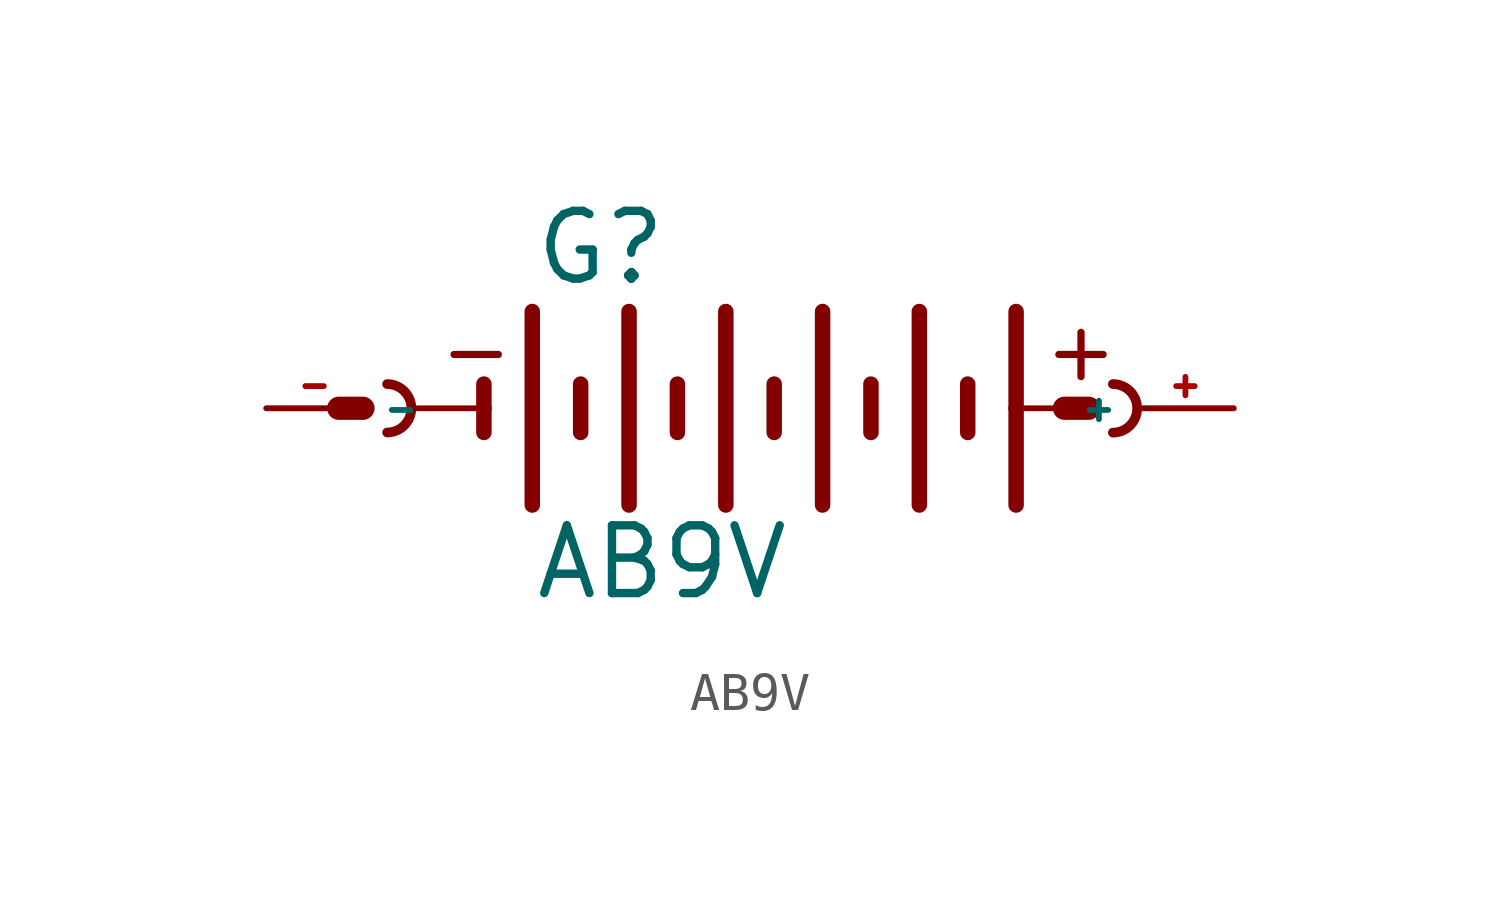
<source format=kicad_sym>
(kicad_symbol_lib
  (version 20220914)
  (generator Eagle2Kicad)
  (symbol "AB9V"
    (property "Reference" "G"
      (at -5.715 3.175 0)
      (effects (font (size 1.778 1.778) (thickness 0.22)) (justify left bottom)))
    (property "Value" "AB9V"
      (at -5.715 -5.08 0)
      (effects (font (size 1.778 1.778) (thickness 0.22)) (justify left bottom)))
    (polyline
      (pts (xy -6.985 0.635) (xy -6.985 0))
      (stroke (width 0.406) (type default))
      (fill (type none)))
    (polyline
      (pts (xy -8.89 0) (xy -6.985 0))
      (stroke (width 0.152) (type default))
      (fill (type none)))
    (polyline
      (pts (xy -6.985 0) (xy -6.985 -0.635))
      (stroke (width 0.406) (type default))
      (fill (type none)))
    (polyline
      (pts (xy -5.715 2.54) (xy -5.715 -2.54))
      (stroke (width 0.406) (type default))
      (fill (type none)))
    (polyline
      (pts (xy -4.445 0.635) (xy -4.445 -0.635))
      (stroke (width 0.406) (type default))
      (fill (type none)))
    (polyline
      (pts (xy 6.985 2.54) (xy 6.985 0))
      (stroke (width 0.406) (type default))
      (fill (type none)))
    (polyline
      (pts (xy 6.985 0) (xy 8.255 0))
      (stroke (width 0.152) (type default))
      (fill (type none)))
    (polyline
      (pts (xy 6.985 0) (xy 6.985 -2.54))
      (stroke (width 0.406) (type default))
      (fill (type none)))
    (polyline
      (pts (xy -3.175 2.54) (xy -3.175 -2.54))
      (stroke (width 0.406) (type default))
      (fill (type none)))
    (polyline
      (pts (xy -1.905 0.635) (xy -1.905 -0.635))
      (stroke (width 0.406) (type default))
      (fill (type none)))
    (polyline
      (pts (xy -0.635 2.54) (xy -0.635 -2.54))
      (stroke (width 0.406) (type default))
      (fill (type none)))
    (polyline
      (pts (xy 0.635 0.635) (xy 0.635 -0.635))
      (stroke (width 0.406) (type default))
      (fill (type none)))
    (polyline
      (pts (xy 1.905 2.54) (xy 1.905 -2.54))
      (stroke (width 0.406) (type default))
      (fill (type none)))
    (polyline
      (pts (xy 3.175 0.635) (xy 3.175 -0.635))
      (stroke (width 0.406) (type default))
      (fill (type none)))
    (polyline
      (pts (xy 4.445 2.54) (xy 4.445 -2.54))
      (stroke (width 0.406) (type default))
      (fill (type none)))
    (polyline
      (pts (xy 5.715 0.635) (xy 5.715 -0.635))
      (stroke (width 0.406) (type default))
      (fill (type none)))
    (arc
      (start 9.525 -0.635)
      (mid 10.160 0.000)
      (end 9.525 0.635)
      (stroke (width 0.254) (type default))
      (fill (type none)))
    (arc
      (start -9.525 -0.635)
      (mid -8.890 0.000)
      (end -9.525 0.635)
      (stroke (width 0.254) (type default))
      (fill (type none)))
    (polyline
      (pts (xy 8.255 0) (xy 8.89 0))
      (stroke (width 0.61) (type default))
      (fill (type none)))
    (polyline
      (pts (xy -10.16 0) (xy -10.795 0))
      (stroke (width 0.61) (type default))
      (fill (type none)))
    (text "+"
      (at 7.62 0.635 0)
      (effects (font (size 1.524 1.524) (thickness 0.19)) (justify left bottom)))
    (text "-"
      (at -8.255 0.635 0)
      (effects (font (size 1.524 1.524) (thickness 0.19)) (justify left bottom)))
    (pin passive line
      (at 12.7 0 180)
      (length 2.54)
      (name "+" (effects (font (size 0.635 0.635) (thickness 0.08)) (justify left bottom)))
      (number "+" (effects (font (size 0.635 0.635) (thickness 0.08)) (justify left bottom))))
    (pin passive line
      (at -12.7 0 0)
      (length 2.54)
      (name "-" (effects (font (size 0.635 0.635) (thickness 0.08)) (justify left bottom)))
      (number "-" (effects (font (size 0.635 0.635) (thickness 0.08)) (justify left bottom))))))
</source>
